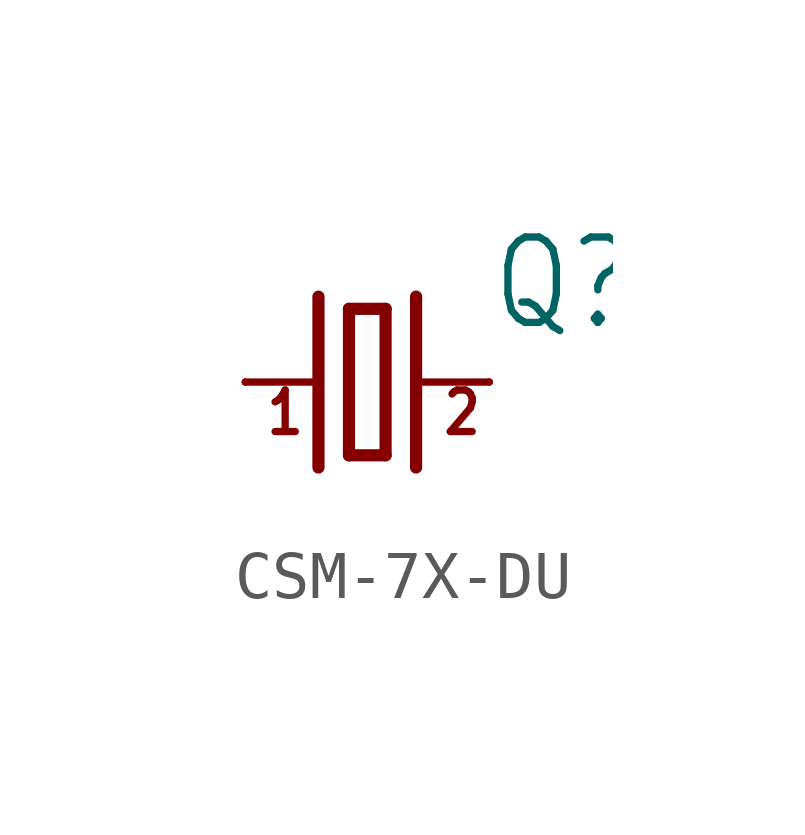
<source format=kicad_sym>
(kicad_symbol_lib
  (version 20241209)
  (generator "kicad_symbol_editor")
  (generator_version "9.0")
  (symbol "CSM-7X-DU"
    (property "Reference" "Q"
      (at 2.54 1.016 0)
      (effects (font (size 1.778 1.511)) (justify left bottom)))
    (property "Value" ""
      (at 2.54 -2.54 0)
      (effects (font (size 1.778 1.511)) (justify left bottom)))
    (property "ki_locked" ""
      (at 0 0 0)
      (effects (font (size 1.27 1.27))))
    (symbol "CSM-7X-DU_1_0"
      (polyline (pts (xy -2.54 0) (xy -1.016 0)) (stroke (width 0.152) (type solid)) (fill (type none)))
      (polyline (pts (xy -1.016 1.778) (xy -1.016 -1.778)) (stroke (width 0.254) (type solid)) (fill (type none)))
      (polyline (pts (xy -0.381 1.524) (xy -0.381 -1.524)) (stroke (width 0.254) (type solid)) (fill (type none)))
      (polyline (pts (xy -0.381 -1.524) (xy 0.381 -1.524)) (stroke (width 0.254) (type solid)) (fill (type none)))
      (polyline (pts (xy 0.381 1.524) (xy -0.381 1.524)) (stroke (width 0.254) (type solid)) (fill (type none)))
      (polyline (pts (xy 0.381 -1.524) (xy 0.381 1.524)) (stroke (width 0.254) (type solid)) (fill (type none)))
      (polyline (pts (xy 1.016 1.778) (xy 1.016 -1.778)) (stroke (width 0.254) (type solid)) (fill (type none)))
      (polyline (pts (xy 1.016 0) (xy 2.54 0)) (stroke (width 0.152) (type solid)) (fill (type none)))
      (text "1" (at -2.159 -1.143 0) (effects (font (size 0.864 0.734)) (justify left bottom)))
      (text "2" (at 1.524 -1.143 0) (effects (font (size 0.864 0.734)) (justify left bottom)))
      (pin passive line (at -2.54 0 0) (length 0) (name "1" (effects (font (size 0 0)))) (number "1" (effects (font (size 0 0)))))
      (pin passive line (at 2.54 0 180) (length 0) (name "2" (effects (font (size 0 0)))) (number "2" (effects (font (size 0 0))))))))
</source>
